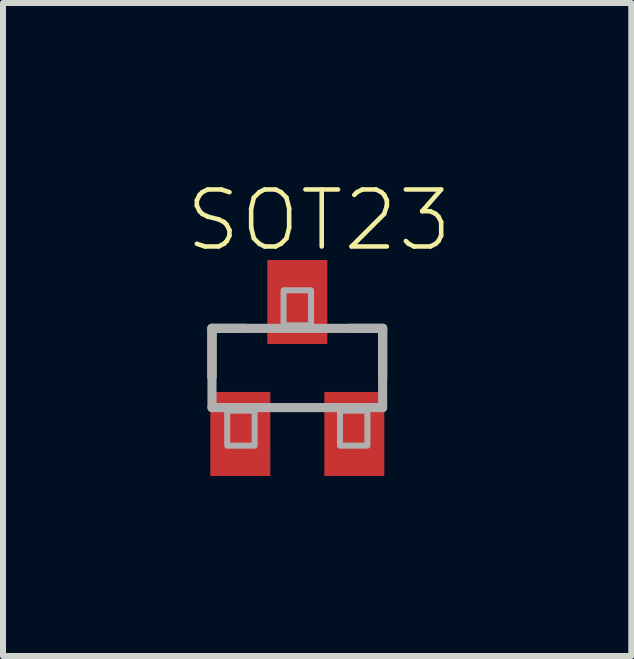
<source format=kicad_pcb>
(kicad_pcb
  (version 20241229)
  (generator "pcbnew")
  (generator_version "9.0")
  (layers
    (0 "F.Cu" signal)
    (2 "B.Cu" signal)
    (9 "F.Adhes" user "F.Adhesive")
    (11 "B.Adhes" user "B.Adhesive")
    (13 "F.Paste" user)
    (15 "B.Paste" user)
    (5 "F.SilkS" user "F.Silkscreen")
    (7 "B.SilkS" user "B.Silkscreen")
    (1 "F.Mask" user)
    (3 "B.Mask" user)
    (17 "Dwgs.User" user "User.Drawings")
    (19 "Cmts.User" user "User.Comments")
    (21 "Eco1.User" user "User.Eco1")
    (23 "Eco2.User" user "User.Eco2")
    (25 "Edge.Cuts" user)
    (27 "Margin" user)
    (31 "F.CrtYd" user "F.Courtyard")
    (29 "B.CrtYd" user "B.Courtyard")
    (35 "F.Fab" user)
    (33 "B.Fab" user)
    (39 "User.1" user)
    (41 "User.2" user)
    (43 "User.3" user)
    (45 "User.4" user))
  (footprint "SOT23"
    (layer "F.Cu")
    (at 1.905 3.083)
    (property "Reference" "SOT23" (at -1.905 -1.905 0) (layer "F.SilkS") (effects (font (size 0.95 0.95) (thickness 0.076)) (justify left bottom)))
    (attr through_hole)
    (fp_line (start -1.422 -0.66) (end -0.864 -0.66) (stroke (width 0.152) (type solid)) (layer "F.SilkS"))
    (fp_line (start -1.422 0.152) (end -1.422 -0.66) (stroke (width 0.152) (type solid)) (layer "F.SilkS"))
    (fp_line (start 0.864 -0.66) (end 1.422 -0.66) (stroke (width 0.152) (type solid)) (layer "F.SilkS"))
    (fp_line (start 1.422 -0.66) (end 1.422 0.152) (stroke (width 0.152) (type solid)) (layer "F.SilkS"))
    (fp_line (start -1.422 -0.66) (end 1.422 -0.66) (stroke (width 0.152) (type solid)) (layer "F.Fab"))
    (fp_line (start -1.422 0.66) (end -1.422 -0.66) (stroke (width 0.152) (type solid)) (layer "F.Fab"))
    (fp_line (start 1.422 -0.66) (end 1.422 0.66) (stroke (width 0.152) (type solid)) (layer "F.Fab"))
    (fp_line (start 1.422 0.66) (end -1.422 0.66) (stroke (width 0.152) (type solid)) (layer "F.Fab"))
    (fp_poly (pts (xy -1.168 1.295) (xy -0.711 1.295) (xy -0.711 0.711) (xy -1.168 0.711)) (stroke (width 0.1) (type solid)) (fill no) (layer "F.Fab"))
    (fp_poly (pts (xy -0.229 -0.711) (xy 0.229 -0.711) (xy 0.229 -1.295) (xy -0.229 -1.295)) (stroke (width 0.1) (type solid)) (fill no) (layer "F.Fab"))
    (fp_poly (pts (xy 0.711 1.295) (xy 1.168 1.295) (xy 1.168 0.711) (xy 0.711 0.711)) (stroke (width 0.1) (type solid)) (fill no) (layer "F.Fab"))
    (pad "1" smd rect (at -0.95 1.1) (size 1 1.4) (layers "F.Cu" "F.Mask" "F.Paste"))
    (pad "2" smd rect (at 0.95 1.1) (size 1 1.4) (layers "F.Cu" "F.Mask" "F.Paste"))
    (pad "3" smd rect (at 0 -1.1) (size 1 1.4) (layers "F.Cu" "F.Mask" "F.Paste")))
  (gr_rect
    (start -3 -3)
    (end 7.471 7.883)
    (stroke (width 0.1) (type default))
    (fill no)
    (layer "Edge.Cuts")))
</source>
